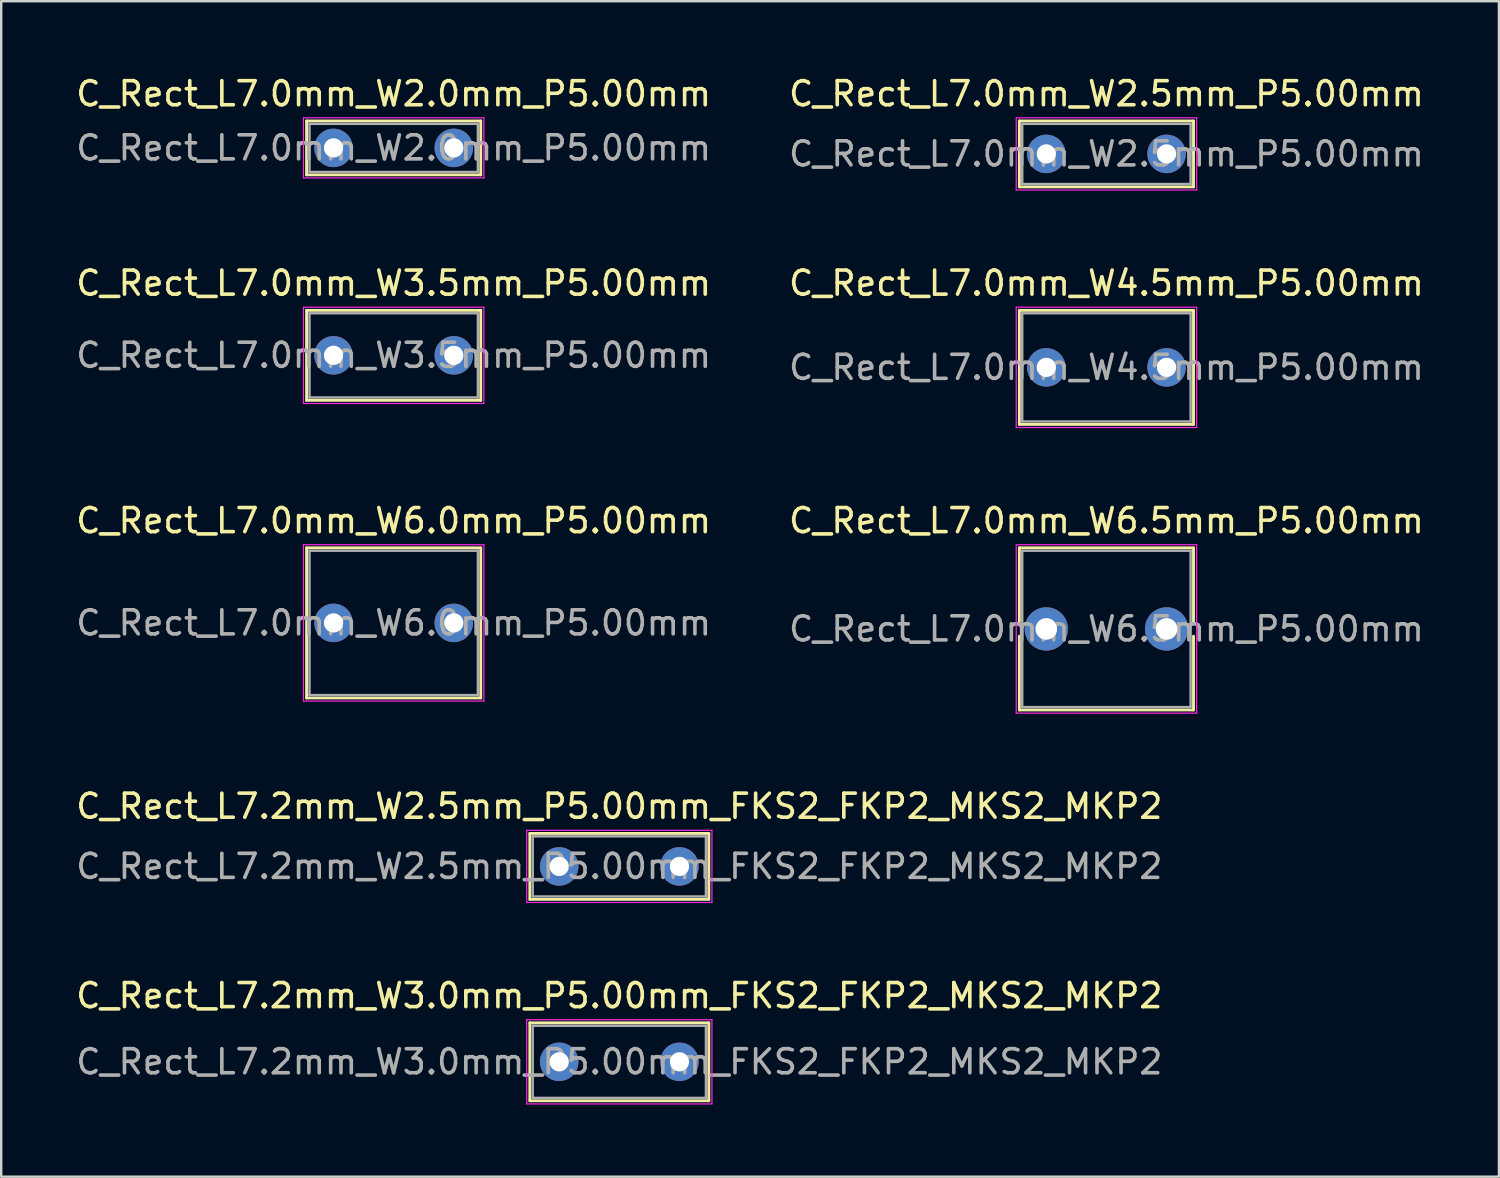
<source format=kicad_pcb>
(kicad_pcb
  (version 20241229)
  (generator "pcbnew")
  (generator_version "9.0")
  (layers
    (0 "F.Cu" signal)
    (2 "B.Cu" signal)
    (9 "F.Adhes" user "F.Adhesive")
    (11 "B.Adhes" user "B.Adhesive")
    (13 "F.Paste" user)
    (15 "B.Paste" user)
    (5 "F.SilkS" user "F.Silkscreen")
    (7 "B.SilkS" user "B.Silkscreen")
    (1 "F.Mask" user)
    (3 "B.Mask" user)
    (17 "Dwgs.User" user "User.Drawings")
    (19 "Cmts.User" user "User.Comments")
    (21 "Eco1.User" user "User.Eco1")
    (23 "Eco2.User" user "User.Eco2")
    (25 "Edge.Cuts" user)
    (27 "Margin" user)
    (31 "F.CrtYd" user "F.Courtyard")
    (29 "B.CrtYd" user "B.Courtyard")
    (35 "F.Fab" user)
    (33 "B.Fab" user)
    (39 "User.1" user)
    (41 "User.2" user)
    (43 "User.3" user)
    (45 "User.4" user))
  (footprint "C_Rect_L7.2mm_W2.5mm_P5.00mm_FKS2_FKP2_MKS2_MKP2"
    (layer "F.Cu")
    (at 20.196 32.968)
    (property "Reference" "C_Rect_L7.2mm_W2.5mm_P5.00mm_FKS2_FKP2_MKS2_MKP2" (at 2.5 -2.5 0) (layer "F.SilkS") (effects (font (size 1 1) (thickness 0.15))))
    (attr through_hole)
    (fp_line (start -1.22 -1.37) (end -1.22 1.37) (stroke (width 0.12) (type solid)) (layer "F.SilkS"))
    (fp_line (start -1.22 -1.37) (end 6.22 -1.37) (stroke (width 0.12) (type solid)) (layer "F.SilkS"))
    (fp_line (start -1.22 1.37) (end 6.22 1.37) (stroke (width 0.12) (type solid)) (layer "F.SilkS"))
    (fp_line (start 6.22 -1.37) (end 6.22 1.37) (stroke (width 0.12) (type solid)) (layer "F.SilkS"))
    (fp_line (start -1.35 -1.5) (end -1.35 1.5) (stroke (width 0.05) (type solid)) (layer "F.CrtYd"))
    (fp_line (start -1.35 1.5) (end 6.35 1.5) (stroke (width 0.05) (type solid)) (layer "F.CrtYd"))
    (fp_line (start 6.35 -1.5) (end -1.35 -1.5) (stroke (width 0.05) (type solid)) (layer "F.CrtYd"))
    (fp_line (start 6.35 1.5) (end 6.35 -1.5) (stroke (width 0.05) (type solid)) (layer "F.CrtYd"))
    (fp_line (start -1.1 -1.25) (end -1.1 1.25) (stroke (width 0.1) (type solid)) (layer "F.Fab"))
    (fp_line (start -1.1 1.25) (end 6.1 1.25) (stroke (width 0.1) (type solid)) (layer "F.Fab"))
    (fp_line (start 6.1 -1.25) (end -1.1 -1.25) (stroke (width 0.1) (type solid)) (layer "F.Fab"))
    (fp_line (start 6.1 1.25) (end 6.1 -1.25) (stroke (width 0.1) (type solid)) (layer "F.Fab"))
    (fp_text user "${REFERENCE}" (at 2.5 0 0) (layer "F.Fab") (effects (font (size 1 1) (thickness 0.15))))
    (pad "1" thru_hole circle (at 0 0) (size 1.6 1.6) (drill 0.8) (layers "*.Cu" "*.Mask"))
    (pad "2" thru_hole circle (at 5 0) (size 1.6 1.6) (drill 0.8) (layers "*.Cu" "*.Mask")))
  (footprint "C_Rect_L7.0mm_W4.5mm_P5.00mm"
    (layer "F.Cu")
    (at 40.446 12.222)
    (property "Reference" "C_Rect_L7.0mm_W4.5mm_P5.00mm" (at 2.5 -3.5 0) (layer "F.SilkS") (effects (font (size 1 1) (thickness 0.15))))
    (attr through_hole)
    (fp_line (start -1.12 -2.37) (end -1.12 2.37) (stroke (width 0.12) (type solid)) (layer "F.SilkS"))
    (fp_line (start -1.12 -2.37) (end 6.12 -2.37) (stroke (width 0.12) (type solid)) (layer "F.SilkS"))
    (fp_line (start -1.12 2.37) (end 6.12 2.37) (stroke (width 0.12) (type solid)) (layer "F.SilkS"))
    (fp_line (start 6.12 -2.37) (end 6.12 2.37) (stroke (width 0.12) (type solid)) (layer "F.SilkS"))
    (fp_line (start -1.25 -2.5) (end -1.25 2.5) (stroke (width 0.05) (type solid)) (layer "F.CrtYd"))
    (fp_line (start -1.25 2.5) (end 6.25 2.5) (stroke (width 0.05) (type solid)) (layer "F.CrtYd"))
    (fp_line (start 6.25 -2.5) (end -1.25 -2.5) (stroke (width 0.05) (type solid)) (layer "F.CrtYd"))
    (fp_line (start 6.25 2.5) (end 6.25 -2.5) (stroke (width 0.05) (type solid)) (layer "F.CrtYd"))
    (fp_line (start -1 -2.25) (end -1 2.25) (stroke (width 0.1) (type solid)) (layer "F.Fab"))
    (fp_line (start -1 2.25) (end 6 2.25) (stroke (width 0.1) (type solid)) (layer "F.Fab"))
    (fp_line (start 6 -2.25) (end -1 -2.25) (stroke (width 0.1) (type solid)) (layer "F.Fab"))
    (fp_line (start 6 2.25) (end 6 -2.25) (stroke (width 0.1) (type solid)) (layer "F.Fab"))
    (fp_text user "${REFERENCE}" (at 2.5 0 0) (layer "F.Fab") (effects (font (size 1 1) (thickness 0.15))))
    (pad "1" thru_hole circle (at 0 0) (size 1.6 1.6) (drill 0.8) (layers "*.Cu" "*.Mask"))
    (pad "2" thru_hole circle (at 5 0) (size 1.6 1.6) (drill 0.8) (layers "*.Cu" "*.Mask")))
  (footprint "C_Rect_L7.0mm_W2.0mm_P5.00mm"
    (layer "F.Cu")
    (at 10.815 3.098)
    (property "Reference" "C_Rect_L7.0mm_W2.0mm_P5.00mm" (at 2.5 -2.25 0) (layer "F.SilkS") (effects (font (size 1 1) (thickness 0.15))))
    (attr through_hole)
    (fp_line (start -1.12 -1.12) (end -1.12 1.12) (stroke (width 0.12) (type solid)) (layer "F.SilkS"))
    (fp_line (start -1.12 -1.12) (end 6.12 -1.12) (stroke (width 0.12) (type solid)) (layer "F.SilkS"))
    (fp_line (start -1.12 1.12) (end 6.12 1.12) (stroke (width 0.12) (type solid)) (layer "F.SilkS"))
    (fp_line (start 6.12 -1.12) (end 6.12 1.12) (stroke (width 0.12) (type solid)) (layer "F.SilkS"))
    (fp_line (start -1.25 -1.25) (end -1.25 1.25) (stroke (width 0.05) (type solid)) (layer "F.CrtYd"))
    (fp_line (start -1.25 1.25) (end 6.25 1.25) (stroke (width 0.05) (type solid)) (layer "F.CrtYd"))
    (fp_line (start 6.25 -1.25) (end -1.25 -1.25) (stroke (width 0.05) (type solid)) (layer "F.CrtYd"))
    (fp_line (start 6.25 1.25) (end 6.25 -1.25) (stroke (width 0.05) (type solid)) (layer "F.CrtYd"))
    (fp_line (start -1 -1) (end -1 1) (stroke (width 0.1) (type solid)) (layer "F.Fab"))
    (fp_line (start -1 1) (end 6 1) (stroke (width 0.1) (type solid)) (layer "F.Fab"))
    (fp_line (start 6 -1) (end -1 -1) (stroke (width 0.1) (type solid)) (layer "F.Fab"))
    (fp_line (start 6 1) (end 6 -1) (stroke (width 0.1) (type solid)) (layer "F.Fab"))
    (fp_text user "${REFERENCE}" (at 2.5 0 0) (layer "F.Fab") (effects (font (size 1 1) (thickness 0.15))))
    (pad "1" thru_hole circle (at 0 0) (size 1.6 1.6) (drill 0.8) (layers "*.Cu" "*.Mask"))
    (pad "2" thru_hole circle (at 5 0) (size 1.6 1.6) (drill 0.8) (layers "*.Cu" "*.Mask")))
  (footprint "C_Rect_L7.0mm_W3.5mm_P5.00mm"
    (layer "F.Cu")
    (at 10.815 11.722)
    (property "Reference" "C_Rect_L7.0mm_W3.5mm_P5.00mm" (at 2.5 -3 0) (layer "F.SilkS") (effects (font (size 1 1) (thickness 0.15))))
    (attr through_hole)
    (fp_line (start -1.12 -1.87) (end -1.12 1.87) (stroke (width 0.12) (type solid)) (layer "F.SilkS"))
    (fp_line (start -1.12 -1.87) (end 6.12 -1.87) (stroke (width 0.12) (type solid)) (layer "F.SilkS"))
    (fp_line (start -1.12 1.87) (end 6.12 1.87) (stroke (width 0.12) (type solid)) (layer "F.SilkS"))
    (fp_line (start 6.12 -1.87) (end 6.12 1.87) (stroke (width 0.12) (type solid)) (layer "F.SilkS"))
    (fp_line (start -1.25 -2) (end -1.25 2) (stroke (width 0.05) (type solid)) (layer "F.CrtYd"))
    (fp_line (start -1.25 2) (end 6.25 2) (stroke (width 0.05) (type solid)) (layer "F.CrtYd"))
    (fp_line (start 6.25 -2) (end -1.25 -2) (stroke (width 0.05) (type solid)) (layer "F.CrtYd"))
    (fp_line (start 6.25 2) (end 6.25 -2) (stroke (width 0.05) (type solid)) (layer "F.CrtYd"))
    (fp_line (start -1 -1.75) (end -1 1.75) (stroke (width 0.1) (type solid)) (layer "F.Fab"))
    (fp_line (start -1 1.75) (end 6 1.75) (stroke (width 0.1) (type solid)) (layer "F.Fab"))
    (fp_line (start 6 -1.75) (end -1 -1.75) (stroke (width 0.1) (type solid)) (layer "F.Fab"))
    (fp_line (start 6 1.75) (end 6 -1.75) (stroke (width 0.1) (type solid)) (layer "F.Fab"))
    (fp_text user "${REFERENCE}" (at 2.5 0 0) (layer "F.Fab") (effects (font (size 1 1) (thickness 0.15))))
    (pad "1" thru_hole circle (at 0 0) (size 1.6 1.6) (drill 0.8) (layers "*.Cu" "*.Mask"))
    (pad "2" thru_hole circle (at 5 0) (size 1.6 1.6) (drill 0.8) (layers "*.Cu" "*.Mask")))
  (footprint "C_Rect_L7.0mm_W2.5mm_P5.00mm"
    (layer "F.Cu")
    (at 40.446 3.348)
    (property "Reference" "C_Rect_L7.0mm_W2.5mm_P5.00mm" (at 2.5 -2.5 0) (layer "F.SilkS") (effects (font (size 1 1) (thickness 0.15))))
    (attr through_hole)
    (fp_line (start -1.12 -1.37) (end -1.12 1.37) (stroke (width 0.12) (type solid)) (layer "F.SilkS"))
    (fp_line (start -1.12 -1.37) (end 6.12 -1.37) (stroke (width 0.12) (type solid)) (layer "F.SilkS"))
    (fp_line (start -1.12 1.37) (end 6.12 1.37) (stroke (width 0.12) (type solid)) (layer "F.SilkS"))
    (fp_line (start 6.12 -1.37) (end 6.12 1.37) (stroke (width 0.12) (type solid)) (layer "F.SilkS"))
    (fp_line (start -1.25 -1.5) (end -1.25 1.5) (stroke (width 0.05) (type solid)) (layer "F.CrtYd"))
    (fp_line (start -1.25 1.5) (end 6.25 1.5) (stroke (width 0.05) (type solid)) (layer "F.CrtYd"))
    (fp_line (start 6.25 -1.5) (end -1.25 -1.5) (stroke (width 0.05) (type solid)) (layer "F.CrtYd"))
    (fp_line (start 6.25 1.5) (end 6.25 -1.5) (stroke (width 0.05) (type solid)) (layer "F.CrtYd"))
    (fp_line (start -1 -1.25) (end -1 1.25) (stroke (width 0.1) (type solid)) (layer "F.Fab"))
    (fp_line (start -1 1.25) (end 6 1.25) (stroke (width 0.1) (type solid)) (layer "F.Fab"))
    (fp_line (start 6 -1.25) (end -1 -1.25) (stroke (width 0.1) (type solid)) (layer "F.Fab"))
    (fp_line (start 6 1.25) (end 6 -1.25) (stroke (width 0.1) (type solid)) (layer "F.Fab"))
    (fp_text user "${REFERENCE}" (at 2.5 0 0) (layer "F.Fab") (effects (font (size 1 1) (thickness 0.15))))
    (pad "1" thru_hole circle (at 0 0) (size 1.6 1.6) (drill 0.8) (layers "*.Cu" "*.Mask"))
    (pad "2" thru_hole circle (at 5 0) (size 1.6 1.6) (drill 0.8) (layers "*.Cu" "*.Mask")))
  (footprint "C_Rect_L7.0mm_W6.0mm_P5.00mm"
    (layer "F.Cu")
    (at 10.815 22.845)
    (property "Reference" "C_Rect_L7.0mm_W6.0mm_P5.00mm" (at 2.5 -4.25 0) (layer "F.SilkS") (effects (font (size 1 1) (thickness 0.15))))
    (attr through_hole)
    (fp_line (start -1.12 -3.12) (end -1.12 3.12) (stroke (width 0.12) (type solid)) (layer "F.SilkS"))
    (fp_line (start -1.12 -3.12) (end 6.12 -3.12) (stroke (width 0.12) (type solid)) (layer "F.SilkS"))
    (fp_line (start -1.12 3.12) (end 6.12 3.12) (stroke (width 0.12) (type solid)) (layer "F.SilkS"))
    (fp_line (start 6.12 -3.12) (end 6.12 3.12) (stroke (width 0.12) (type solid)) (layer "F.SilkS"))
    (fp_line (start -1.25 -3.25) (end -1.25 3.25) (stroke (width 0.05) (type solid)) (layer "F.CrtYd"))
    (fp_line (start -1.25 3.25) (end 6.25 3.25) (stroke (width 0.05) (type solid)) (layer "F.CrtYd"))
    (fp_line (start 6.25 -3.25) (end -1.25 -3.25) (stroke (width 0.05) (type solid)) (layer "F.CrtYd"))
    (fp_line (start 6.25 3.25) (end 6.25 -3.25) (stroke (width 0.05) (type solid)) (layer "F.CrtYd"))
    (fp_line (start -1 -3) (end -1 3) (stroke (width 0.1) (type solid)) (layer "F.Fab"))
    (fp_line (start -1 3) (end 6 3) (stroke (width 0.1) (type solid)) (layer "F.Fab"))
    (fp_line (start 6 -3) (end -1 -3) (stroke (width 0.1) (type solid)) (layer "F.Fab"))
    (fp_line (start 6 3) (end 6 -3) (stroke (width 0.1) (type solid)) (layer "F.Fab"))
    (fp_text user "${REFERENCE}" (at 2.5 0 0) (layer "F.Fab") (effects (font (size 1 1) (thickness 0.15))))
    (pad "1" thru_hole circle (at 0 0) (size 1.6 1.6) (drill 0.8) (layers "*.Cu" "*.Mask"))
    (pad "2" thru_hole circle (at 5 0) (size 1.6 1.6) (drill 0.8) (layers "*.Cu" "*.Mask")))
  (footprint "C_Rect_L7.2mm_W3.0mm_P5.00mm_FKS2_FKP2_MKS2_MKP2"
    (layer "F.Cu")
    (at 20.196 41.091)
    (property "Reference" "C_Rect_L7.2mm_W3.0mm_P5.00mm_FKS2_FKP2_MKS2_MKP2" (at 2.5 -2.75 0) (layer "F.SilkS") (effects (font (size 1 1) (thickness 0.15))))
    (attr through_hole)
    (fp_line (start -1.22 -1.62) (end -1.22 1.62) (stroke (width 0.12) (type solid)) (layer "F.SilkS"))
    (fp_line (start -1.22 -1.62) (end 6.22 -1.62) (stroke (width 0.12) (type solid)) (layer "F.SilkS"))
    (fp_line (start -1.22 1.62) (end 6.22 1.62) (stroke (width 0.12) (type solid)) (layer "F.SilkS"))
    (fp_line (start 6.22 -1.62) (end 6.22 1.62) (stroke (width 0.12) (type solid)) (layer "F.SilkS"))
    (fp_line (start -1.35 -1.75) (end -1.35 1.75) (stroke (width 0.05) (type solid)) (layer "F.CrtYd"))
    (fp_line (start -1.35 1.75) (end 6.35 1.75) (stroke (width 0.05) (type solid)) (layer "F.CrtYd"))
    (fp_line (start 6.35 -1.75) (end -1.35 -1.75) (stroke (width 0.05) (type solid)) (layer "F.CrtYd"))
    (fp_line (start 6.35 1.75) (end 6.35 -1.75) (stroke (width 0.05) (type solid)) (layer "F.CrtYd"))
    (fp_line (start -1.1 -1.5) (end -1.1 1.5) (stroke (width 0.1) (type solid)) (layer "F.Fab"))
    (fp_line (start -1.1 1.5) (end 6.1 1.5) (stroke (width 0.1) (type solid)) (layer "F.Fab"))
    (fp_line (start 6.1 -1.5) (end -1.1 -1.5) (stroke (width 0.1) (type solid)) (layer "F.Fab"))
    (fp_line (start 6.1 1.5) (end 6.1 -1.5) (stroke (width 0.1) (type solid)) (layer "F.Fab"))
    (fp_text user "${REFERENCE}" (at 2.5 0 0) (layer "F.Fab") (effects (font (size 1 1) (thickness 0.15))))
    (pad "1" thru_hole circle (at 0 0) (size 1.6 1.6) (drill 0.8) (layers "*.Cu" "*.Mask"))
    (pad "2" thru_hole circle (at 5 0) (size 1.6 1.6) (drill 0.8) (layers "*.Cu" "*.Mask")))
  (footprint "C_Rect_L7.0mm_W6.5mm_P5.00mm"
    (layer "F.Cu")
    (at 40.446 23.095)
    (property "Reference" "C_Rect_L7.0mm_W6.5mm_P5.00mm" (at 2.5 -4.5 0) (layer "F.SilkS") (effects (font (size 1 1) (thickness 0.15))))
    (attr through_hole)
    (fp_line (start -1.12 -3.37) (end -1.12 -0.301) (stroke (width 0.12) (type solid)) (layer "F.SilkS"))
    (fp_line (start -1.12 -3.37) (end 6.12 -3.37) (stroke (width 0.12) (type solid)) (layer "F.SilkS"))
    (fp_line (start -1.12 0.301) (end -1.12 3.37) (stroke (width 0.12) (type solid)) (layer "F.SilkS"))
    (fp_line (start -1.12 3.37) (end 6.12 3.37) (stroke (width 0.12) (type solid)) (layer "F.SilkS"))
    (fp_line (start 6.12 -3.37) (end 6.12 -0.301) (stroke (width 0.12) (type solid)) (layer "F.SilkS"))
    (fp_line (start 6.12 0.301) (end 6.12 3.37) (stroke (width 0.12) (type solid)) (layer "F.SilkS"))
    (fp_line (start -1.25 -3.5) (end -1.25 3.5) (stroke (width 0.05) (type solid)) (layer "F.CrtYd"))
    (fp_line (start -1.25 3.5) (end 6.25 3.5) (stroke (width 0.05) (type solid)) (layer "F.CrtYd"))
    (fp_line (start 6.25 -3.5) (end -1.25 -3.5) (stroke (width 0.05) (type solid)) (layer "F.CrtYd"))
    (fp_line (start 6.25 3.5) (end 6.25 -3.5) (stroke (width 0.05) (type solid)) (layer "F.CrtYd"))
    (fp_line (start -1 -3.25) (end -1 3.25) (stroke (width 0.1) (type solid)) (layer "F.Fab"))
    (fp_line (start -1 3.25) (end 6 3.25) (stroke (width 0.1) (type solid)) (layer "F.Fab"))
    (fp_line (start 6 -3.25) (end -1 -3.25) (stroke (width 0.1) (type solid)) (layer "F.Fab"))
    (fp_line (start 6 3.25) (end 6 -3.25) (stroke (width 0.1) (type solid)) (layer "F.Fab"))
    (fp_text user "${REFERENCE}" (at 2.5 0 0) (layer "F.Fab") (effects (font (size 1 1) (thickness 0.15))))
    (pad "1" thru_hole circle (at 0 0) (size 1.8 1.8) (drill 0.9) (layers "*.Cu" "*.Mask"))
    (pad "2" thru_hole circle (at 5 0) (size 1.8 1.8) (drill 0.9) (layers "*.Cu" "*.Mask")))
  (gr_rect
    (start -3 -3)
    (end 59.262 45.866)
    (stroke (width 0.1) (type default))
    (fill no)
    (layer "Edge.Cuts")))
</source>
